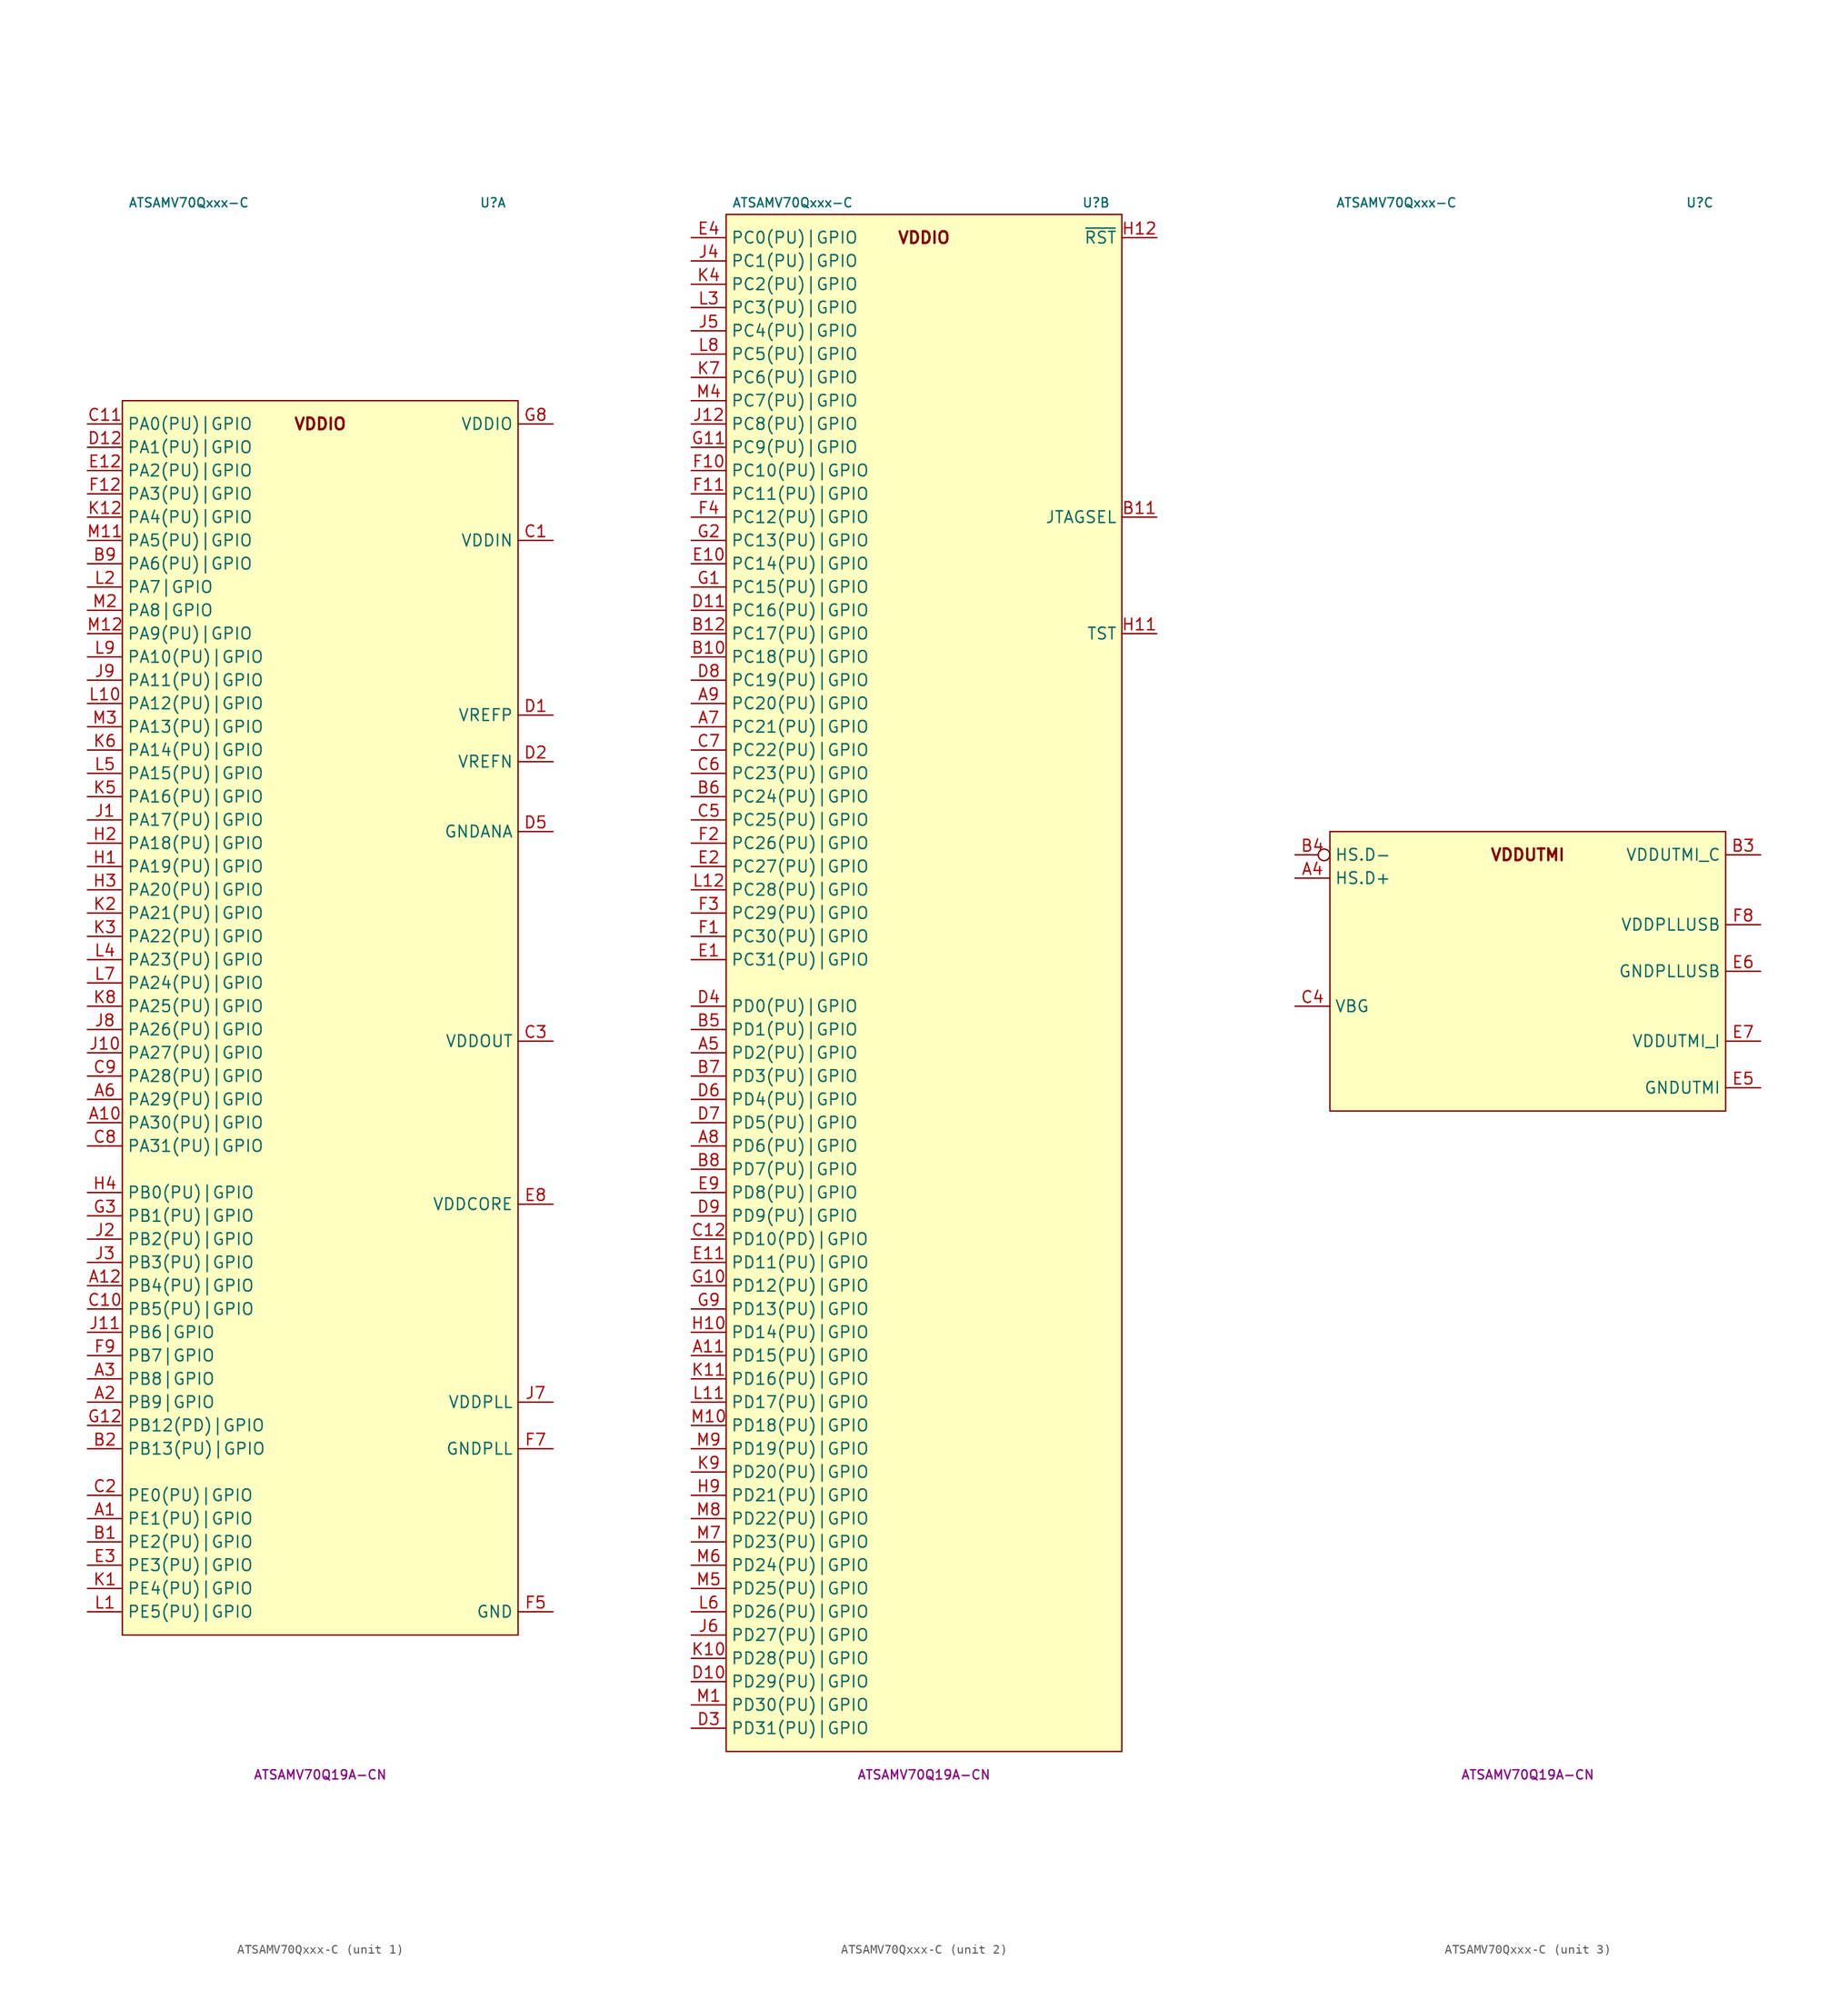
<source format=kicad_sym>
(kicad_symbol_lib
  (version 20231120)
  (generator "kicad_symbol_editor")
  (generator_version "8.0")
  (symbol "ATSAMV70Qxxx-C"
    (property "Reference" "U"
      (at 20.32 85.09 0)
      (do_not_autoplace)
      (effects (font (size 1 1)) (justify right)))
    (property "Value" "ATSAMV70Qxxx-C"
      (at -20.955 85.09 0)
      (do_not_autoplace)
      (effects (font (size 1 1)) (justify left)))
    (property "MPN" "ATSAMV70Q19A-CN"
      (at 0 -86.36 0)
      (do_not_autoplace)
      (effects (font (size 1 1))))
    (property "ki_locked" ""
      (at 0 0 0)
      (effects (font (size 1.27 1.27))))
    (symbol "ATSAMV70Qxxx-C_1_1"
      (rectangle (start -21.59 63.5) (end 21.59 -71.12) (stroke (width 0.152) (type default)) (fill (type background)))
      (text "VDDIO" (at 0 60.96 0) (effects (font (size 1.27 1.27) (bold yes))))
      (pin tri_state line (at -25.4 -58.42 0) (length 3.81) (name "PE1(PU)|GPIO" (effects (font (size 1.27 1.27)))) (number "A1" (effects (font (size 1.27 1.27)))) (alternate "PE1(PU)|A:EBI.D9" bidirectional line) (alternate "PE1(PU)|B:TC3.TIOB0" bidirectional line) (alternate "PE1(PU)|C:I2SC1.DO" output line))
      (pin tri_state line (at -25.4 -15.24 0) (length 3.81) (name "PA30(PU)|GPIO" (effects (font (size 1.27 1.27)))) (number "A10" (effects (font (size 1.27 1.27)))) (alternate "PA30(PU)|A:PWMC0.L2" output line) (alternate "PA30(PU)|ALT:WKUP11" input line) (alternate "PA30(PU)|B:PWMC1.EXTRG0" input line) (alternate "PA30(PU)|C:HSMCI.DA0" bidirectional line) (alternate "PA30(PU)|I2SC0.DO" output line))
      (pin tri_state line (at -25.4 -33.02 0) (length 3.81) (name "PB4(PU)|GPIO" (effects (font (size 1.27 1.27)))) (number "A12" (effects (font (size 1.27 1.27)))) (alternate "PB4(PU)|A:TW1.D" bidirectional line) (alternate "PB4(PU)|ALT:TDI" input line) (alternate "PB4(PU)|B:PWMC0.H2" output line) (alternate "PB4(PU)|C:MLB.CLK" input clock) (alternate "PB4(PU)|D:USART1.MO/SO" output line) (alternate "PB4(PU)|D:USART1.TXD" output line))
      (pin tri_state line (at -25.4 -45.72 0) (length 3.81) (name "PB9|GPIO" (effects (font (size 1.27 1.27)))) (number "A2" (effects (font (size 1.27 1.27)))) (alternate "PB9|XIN" input clock))
      (pin tri_state line (at -25.4 -43.18 0) (length 3.81) (name "PB8|GPIO" (effects (font (size 1.27 1.27)))) (number "A3" (effects (font (size 1.27 1.27)))) (alternate "PB8|XOUT" output clock))
      (pin tri_state line (at -25.4 -12.7 0) (length 3.81) (name "PA29(PU)|GPIO" (effects (font (size 1.27 1.27)))) (number "A6" (effects (font (size 1.27 1.27)))) (alternate "PA29(PU)|A:USART1.~{RI}" input inverted) (alternate "PA29(PU)|B:TC0.TCLK2" input clock))
      (pin tri_state line (at -25.4 -60.96 0) (length 3.81) (name "PE2(PU)|GPIO" (effects (font (size 1.27 1.27)))) (number "B1" (effects (font (size 1.27 1.27)))) (alternate "PE2(PU)|A:EBI.D10" bidirectional line) (alternate "PE2(PU)|B:TC3.TCLK0" input clock) (alternate "PE2(PU)|C:I2SC1.DI" input line))
      (pin tri_state line (at -25.4 -50.8 0) (length 3.81) (name "PB13(PU)|GPIO" (effects (font (size 1.27 1.27)))) (number "B2" (effects (font (size 1.27 1.27)))) (alternate "PB13(PU)|A:PWMC0.L2" output line) (alternate "PB13(PU)|ALT:DAC0" output line) (alternate "PB13(PU)|B:PCK0" output clock) (alternate "PB13(PU)|C:USART0.SCK" bidirectional clock))
      (pin tri_state line (at -25.4 45.72 0) (length 3.81) (name "PA6(PU)|GPIO" (effects (font (size 1.27 1.27)))) (number "B9" (effects (font (size 1.27 1.27)))) (alternate "PA6(PU)|B:PCK0" output clock) (alternate "PA6(PU)|C:UART1.TXD" output line))
      (pin power_in line (at 25.4 48.26 180) (length 3.81) (name "VDDIN" (effects (font (size 1.27 1.27)))) (number "C1" (effects (font (size 1.27 1.27)))))
      (pin tri_state line (at -25.4 -35.56 0) (length 3.81) (name "PB5(PU)|GPIO" (effects (font (size 1.27 1.27)))) (number "C10" (effects (font (size 1.27 1.27)))) (alternate "PB5(PU)|A:TW1.CK" bidirectional clock) (alternate "PB5(PU)|ALT:SWO" output line) (alternate "PB5(PU)|ALT:TDO" output line) (alternate "PB5(PU)|ALT:WKUP13" input line) (alternate "PB5(PU)|B:PWMC0.L0" output line) (alternate "PB5(PU)|C:MLB.DAT" bidirectional line) (alternate "PB5(PU)|D:SSC.TD" output line))
      (pin tri_state line (at -25.4 60.96 0) (length 3.81) (name "PA0(PU)|GPIO" (effects (font (size 1.27 1.27)))) (number "C11" (effects (font (size 1.27 1.27)))) (alternate "PA0(PU)|A:PWMC0.H0" output line) (alternate "PA0(PU)|ALT:WKUP0" input line) (alternate "PA0(PU)|B:TC0.TIOA0" bidirectional line) (alternate "PA0(PU)|C:EBI.A17" output line) (alternate "PA0(PU)|D:I2SC0.MCK" output clock))
      (pin tri_state line (at -25.4 -55.88 0) (length 3.81) (name "PE0(PU)|GPIO" (effects (font (size 1.27 1.27)))) (number "C2" (effects (font (size 1.27 1.27)))) (alternate "PE0(PU)|A:EBI.D8" bidirectional line) (alternate "PE0(PU)|ALT:AFE1.AD11" input line) (alternate "PE0(PU)|B:TC3.TIOA0" bidirectional line) (alternate "PE0(PU)|C:I2SC1.WS" bidirectional clock))
      (pin power_out line (at 25.4 -6.35 180) (length 3.81) (name "VDDOUT" (effects (font (size 1.27 1.27)))) (number "C3" (effects (font (size 1.27 1.27)))))
      (pin tri_state line (at -25.4 -17.78 0) (length 3.81) (name "PA31(PU)|GPIO" (effects (font (size 1.27 1.27)))) (number "C8" (effects (font (size 1.27 1.27)))) (alternate "PA31(PU)|A:SPI0.~{PCS1}" output inverted) (alternate "PA31(PU)|B:PCK2" output clock) (alternate "PA31(PU)|C:HSMCI.DA1" bidirectional line) (alternate "PA31(PU)|D:PWMC1.H2" output line))
      (pin tri_state line (at -25.4 -10.16 0) (length 3.81) (name "PA28(PU)|GPIO" (effects (font (size 1.27 1.27)))) (number "C9" (effects (font (size 1.27 1.27)))) (alternate "PA28(PU)|A:USART1.~{DSR}" input inverted) (alternate "PA28(PU)|B:TC0.TCLK1" input clock) (alternate "PA28(PU)|C:HSMCI.CMD" bidirectional line) (alternate "PA28(PU)|D:PWMC1.FL2" input line))
      (pin passive line (at 25.4 29.21 180) (length 3.81) (name "VREFP" (effects (font (size 1.27 1.27)))) (number "D1" (effects (font (size 1.27 1.27)))))
      (pin tri_state line (at -25.4 58.42 0) (length 3.81) (name "PA1(PU)|GPIO" (effects (font (size 1.27 1.27)))) (number "D12" (effects (font (size 1.27 1.27)))) (alternate "PA1(PU)|A:PWMC0.L0" output line) (alternate "PA1(PU)|ALT:WKUP1" input line) (alternate "PA1(PU)|B:TC0.TIOB0" bidirectional line) (alternate "PA1(PU)|C:EBI.A18" output line) (alternate "PA1(PU)|D:I2SC0.CK" bidirectional clock))
      (pin passive line (at 25.4 24.13 180) (length 3.81) (name "VREFN" (effects (font (size 1.27 1.27)))) (number "D2" (effects (font (size 1.27 1.27)))))
      (pin power_in line (at 25.4 16.51 180) (length 3.81) (name "GNDANA" (effects (font (size 1.27 1.27)))) (number "D5" (effects (font (size 1.27 1.27)))))
      (pin tri_state line (at -25.4 55.88 0) (length 3.81) (name "PA2(PU)|GPIO" (effects (font (size 1.27 1.27)))) (number "E12" (effects (font (size 1.27 1.27)))) (alternate "PA2(PU)|A:PWMC0.H1" output line) (alternate "PA2(PU)|ALT:WKUP2" input line) (alternate "PA2(PU)|C:DAC.DATRG" input line))
      (pin tri_state line (at -25.4 -63.5 0) (length 3.81) (name "PE3(PU)|GPIO" (effects (font (size 1.27 1.27)))) (number "E3" (effects (font (size 1.27 1.27)))) (alternate "PE3(PU)|A:EBI.D11" bidirectional line) (alternate "PE3(PU)|ALT:AFE1.AD10" input line) (alternate "PE3(PU)|B:TC3.TIOA1" bidirectional line))
      (pin power_in line (at 25.4 -24.13 180) (length 3.81) (name "VDDCORE" (effects (font (size 1.27 1.27)))) (number "E8" (effects (font (size 1.27 1.27)))))
      (pin tri_state line (at -25.4 53.34 0) (length 3.81) (name "PA3(PU)|GPIO" (effects (font (size 1.27 1.27)))) (number "F12" (effects (font (size 1.27 1.27)))) (alternate "PA3(PU)|A:TW0.D" bidirectional line) (alternate "PA3(PU)|ALT:PIODC0" input line) (alternate "PA3(PU)|B:USART1.~{LONCOL}" input inverted) (alternate "PA3(PU)|C:PCK2" output clock))
      (pin power_in line (at 25.4 -68.58 180) (length 3.81) (name "GND" (effects (font (size 1.27 1.27)))) (number "F5" (effects (font (size 1.27 1.27)))))
      (pin passive line (at 25.4 -68.58 180) (length 3.81) hide (name "GND" (effects (font (size 1.27 1.27)))) (number "F6" (effects (font (size 1.27 1.27)))))
      (pin power_in line (at 25.4 -50.8 180) (length 3.81) (name "GNDPLL" (effects (font (size 1.27 1.27)))) (number "F7" (effects (font (size 1.27 1.27)))))
      (pin tri_state line (at -25.4 -40.64 0) (length 3.81) (name "PB7|GPIO" (effects (font (size 1.27 1.27)))) (number "F9" (effects (font (size 1.27 1.27)))) (alternate "PB7|ALT:SWCLK" input clock) (alternate "PB7|ALT:TCK" input clock))
      (pin tri_state line (at -25.4 -48.26 0) (length 3.81) (name "PB12(PD)|GPIO" (effects (font (size 1.27 1.27)))) (number "G12" (effects (font (size 1.27 1.27)))) (alternate "PB12(PD)|A:PWMC0.L1" output line) (alternate "PB12(PD)|ALT:ERASE" input line) (alternate "PB12(PD)|D:PCK0" output clock))
      (pin tri_state line (at -25.4 -25.4 0) (length 3.81) (name "PB1(PU)|GPIO" (effects (font (size 1.27 1.27)))) (number "G3" (effects (font (size 1.27 1.27)))) (alternate "PB1(PU)|A:PWMC0.H1" output line) (alternate "PB1(PU)|ALT.RTCOUT1" output line) (alternate "PB1(PU)|ALT:AFE1.AD0" input line) (alternate "PB1(PU)|C:USART0.MO/SO" output line) (alternate "PB1(PU)|C:USART0.TXD" output line) (alternate "PB1(PU)|D:SSC.TK" output clock))
      (pin passive line (at 25.4 -68.58 180) (length 3.81) hide (name "GND" (effects (font (size 1.27 1.27)))) (number "G4" (effects (font (size 1.27 1.27)))))
      (pin passive line (at 25.4 -68.58 180) (length 3.81) hide (name "GND" (effects (font (size 1.27 1.27)))) (number "G5" (effects (font (size 1.27 1.27)))))
      (pin passive line (at 25.4 -68.58 180) (length 3.81) hide (name "GND" (effects (font (size 1.27 1.27)))) (number "G6" (effects (font (size 1.27 1.27)))))
      (pin passive line (at 25.4 -68.58 180) (length 3.81) hide (name "GND" (effects (font (size 1.27 1.27)))) (number "G7" (effects (font (size 1.27 1.27)))))
      (pin power_in line (at 25.4 60.96 180) (length 3.81) (name "VDDIO" (effects (font (size 1.27 1.27)))) (number "G8" (effects (font (size 1.27 1.27)))))
      (pin tri_state line (at -25.4 12.7 0) (length 3.81) (name "PA19(PU)|GPIO" (effects (font (size 1.27 1.27)))) (number "H1" (effects (font (size 1.27 1.27)))) (alternate "PA19(PU)|ALT:AFE0.AD8" input line) (alternate "PA19(PU)|ALT:WKUP9" input line) (alternate "PA19(PU)|B:PWMC0.L0" output line) (alternate "PA19(PU)|C:EBI.A15" output line) (alternate "PA19(PU)|D:I2SC1.MCK" output clock))
      (pin tri_state line (at -25.4 15.24 0) (length 3.81) (name "PA18(PU)|GPIO" (effects (font (size 1.27 1.27)))) (number "H2" (effects (font (size 1.27 1.27)))) (alternate "PA18(PU)|A:PWMC1.EXTRG1" input line) (alternate "PA18(PU)|ALT:AFE0.AD7" input line) (alternate "PA18(PU)|B:PCK2" output clock) (alternate "PA18(PU)|C:EBI.A14" output line))
      (pin tri_state line (at -25.4 10.16 0) (length 3.81) (name "PA20(PU)|GPIO" (effects (font (size 1.27 1.27)))) (number "H3" (effects (font (size 1.27 1.27)))) (alternate "PA20(PU)|ALT:AFE0.AD9" input line) (alternate "PA20(PU)|ALT:WKUP10" input line) (alternate "PA20(PU)|B:PWMC0.L1" output line) (alternate "PA20(PU)|C:EBI.A16" output line) (alternate "PA20(PU)|D:I2SC1.CK" bidirectional clock))
      (pin tri_state line (at -25.4 -22.86 0) (length 3.81) (name "PB0(PU)|GPIO" (effects (font (size 1.27 1.27)))) (number "H4" (effects (font (size 1.27 1.27)))) (alternate "PB0(PU)|A:PWMC0.H0" output line) (alternate "PB0(PU)|ALT:AFE0.AD10" input line) (alternate "PB0(PU)|ALT:RTCOUT0" output line) (alternate "PB0(PU)|C:USART0.MI/SI" input line) (alternate "PB0(PU)|C:USART0.RXD" input line) (alternate "PB0(PU)|D:SSC.TF" output clock))
      (pin passive line (at 25.4 -24.13 180) (length 3.81) hide (name "VDDCORE" (effects (font (size 1.27 1.27)))) (number "H5" (effects (font (size 1.27 1.27)))))
      (pin passive line (at 25.4 60.96 180) (length 3.81) hide (name "VDDIO" (effects (font (size 1.27 1.27)))) (number "H6" (effects (font (size 1.27 1.27)))))
      (pin passive line (at 25.4 60.96 180) (length 3.81) hide (name "VDDIO" (effects (font (size 1.27 1.27)))) (number "H7" (effects (font (size 1.27 1.27)))))
      (pin passive line (at 25.4 -24.13 180) (length 3.81) hide (name "VDDCORE" (effects (font (size 1.27 1.27)))) (number "H8" (effects (font (size 1.27 1.27)))))
      (pin tri_state line (at -25.4 17.78 0) (length 3.81) (name "PA17(PU)|GPIO" (effects (font (size 1.27 1.27)))) (number "J1" (effects (font (size 1.27 1.27)))) (alternate "PA17(PU)|A:QSPI.IO2" bidirectional line) (alternate "PA17(PU)|ALT:AFE0.AD6" input line) (alternate "PA17(PU)|B:PCK1" output clock) (alternate "PA17(PU)|C:PWMC0.H3" output line))
      (pin tri_state line (at -25.4 -7.62 0) (length 3.81) (name "PA27(PU)|GPIO" (effects (font (size 1.27 1.27)))) (number "J10" (effects (font (size 1.27 1.27)))) (alternate "PA27(PU)|A:USART1.~{DTR}" output inverted) (alternate "PA27(PU)|B:TC0.TIOB2" bidirectional line) (alternate "PA27(PU)|C:HSMCI.DA3" bidirectional line) (alternate "PA27(PU)|D:ISI.D7" input line))
      (pin tri_state line (at -25.4 -38.1 0) (length 3.81) (name "PB6|GPIO" (effects (font (size 1.27 1.27)))) (number "J11" (effects (font (size 1.27 1.27)))) (alternate "PB6|ALT:SWDIO" bidirectional line) (alternate "PB6|ALT:TMS" input line))
      (pin tri_state line (at -25.4 -27.94 0) (length 3.81) (name "PB2(PU)|GPIO" (effects (font (size 1.27 1.27)))) (number "J2" (effects (font (size 1.27 1.27)))) (alternate "PB2(PU)|A:CAN0.TX" output line) (alternate "PB2(PU)|ALT:AFE0.AD5" input line) (alternate "PB2(PU)|C:USART0.~{CTS}" input inverted) (alternate "PB2(PU)|D:SPI0.~{PCS0}" bidirectional inverted))
      (pin tri_state line (at -25.4 -30.48 0) (length 3.81) (name "PB3(PU)|GPIO" (effects (font (size 1.27 1.27)))) (number "J3" (effects (font (size 1.27 1.27)))) (alternate "PB3(PU)|A:CAN0.RX" input line) (alternate "PB3(PU)|ALT:AFE0.AD2" input line) (alternate "PB3(PU)|ALT:WKUP12" input line) (alternate "PB3(PU)|B:PCK2" output clock) (alternate "PB3(PU)|C:USART0.~{RTS}" output inverted) (alternate "PB3(PU)|D:ISI.D2" input line))
      (pin power_in line (at 25.4 -45.72 180) (length 3.81) (name "VDDPLL" (effects (font (size 1.27 1.27)))) (number "J7" (effects (font (size 1.27 1.27)))))
      (pin tri_state line (at -25.4 -5.08 0) (length 3.81) (name "PA26(PU)|GPIO" (effects (font (size 1.27 1.27)))) (number "J8" (effects (font (size 1.27 1.27)))) (alternate "PA26(PU)|A:USART1.~{DCD}" input inverted) (alternate "PA26(PU)|B:TC0.TIOA2" bidirectional line) (alternate "PA26(PU)|C:HSMCI.DA2" bidirectional line) (alternate "PA26(PU)|D:PWMC1.FL1" input line))
      (pin tri_state line (at -25.4 33.02 0) (length 3.81) (name "PA11(PU)|GPIO" (effects (font (size 1.27 1.27)))) (number "J9" (effects (font (size 1.27 1.27)))) (alternate "PA11(PU)|A:QSPI.~{CS}" output inverted) (alternate "PA11(PU)|ALT:PIODC5" input line) (alternate "PA11(PU)|ALT:WKUP7" input line) (alternate "PA11(PU)|B:PWMC0.H0" output line) (alternate "PA11(PU)|C:PWMC1.L0" output line))
      (pin tri_state line (at -25.4 -66.04 0) (length 3.81) (name "PE4(PU)|GPIO" (effects (font (size 1.27 1.27)))) (number "K1" (effects (font (size 1.27 1.27)))) (alternate "PE4(PU)|A:EBI.D12" bidirectional line) (alternate "PE4(PU)|ALT:AFE0.AD4" input line) (alternate "PE4(PU)|B:TC3.TIOB1" bidirectional line))
      (pin tri_state line (at -25.4 50.8 0) (length 3.81) (name "PA4(PU)|GPIO" (effects (font (size 1.27 1.27)))) (number "K12" (effects (font (size 1.27 1.27)))) (alternate "PA4(PU)|A:TW0.CK" bidirectional clock) (alternate "PA4(PU)|ALT:PIODC1" input line) (alternate "PA4(PU)|ALT:WKUP3" input line) (alternate "PA4(PU)|B:TC0.TCLK0" input clock) (alternate "PA4(PU)|C:UART1.TXD" output line))
      (pin tri_state line (at -25.4 7.62 0) (length 3.81) (name "PA21(PU)|GPIO" (effects (font (size 1.27 1.27)))) (number "K2" (effects (font (size 1.27 1.27)))) (alternate "PA21(PU)|A:USART1.MI/SI" input line) (alternate "PA21(PU)|A:USART1.RXD" input line) (alternate "PA21(PU)|ALT:AFE0.AD1" input line) (alternate "PA21(PU)|ALT:PIODCEN2" input line) (alternate "PA21(PU)|B:PCK1" output clock) (alternate "PA21(PU)|C:PWMC1.FL0" input line))
      (pin tri_state line (at -25.4 5.08 0) (length 3.81) (name "PA22(PU)|GPIO" (effects (font (size 1.27 1.27)))) (number "K3" (effects (font (size 1.27 1.27)))) (alternate "PA22(PU)|A:SSC.RK" input clock) (alternate "PA22(PU)|ALT:PIODCCLK" input clock) (alternate "PA22(PU)|B:PWMC0.EXTRG1" input line) (alternate "PA22(PU)|C:EBI.~{CS2}" output inverted))
      (pin tri_state line (at -25.4 20.32 0) (length 3.81) (name "PA16(PU)|GPIO" (effects (font (size 1.27 1.27)))) (number "K5" (effects (font (size 1.27 1.27)))) (alternate "PA16(PU)|A:EBI.D15" bidirectional line) (alternate "PA16(PU)|B:TC0.TIOB1" bidirectional line) (alternate "PA16(PU)|C:PWMC0.L2" output line) (alternate "PA16(PU)|D:I2SC0.DI" input line))
      (pin tri_state line (at -25.4 25.4 0) (length 3.81) (name "PA14(PU)|GPIO" (effects (font (size 1.27 1.27)))) (number "K6" (effects (font (size 1.27 1.27)))) (alternate "PA14(PU)|A:QSPI.SCK" output clock) (alternate "PA14(PU)|ALT:PIODCEN1" input line) (alternate "PA14(PU)|ALT:WKUP8" input line) (alternate "PA14(PU)|B:PWMC0.H3" output line) (alternate "PA14(PU)|C:PWMC1.H1" output line))
      (pin tri_state line (at -25.4 -2.54 0) (length 3.81) (name "PA25(PU)|GPIO" (effects (font (size 1.27 1.27)))) (number "K8" (effects (font (size 1.27 1.27)))) (alternate "PA25(PU)|A:USART1.~{CTS}" input inverted) (alternate "PA25(PU)|B:PWMC0.H2" output line) (alternate "PA25(PU)|C:EBI.A23" output line) (alternate "PA25(PU)|D:HSMCI.CK" output clock))
      (pin tri_state line (at -25.4 -68.58 0) (length 3.81) (name "PE5(PU)|GPIO" (effects (font (size 1.27 1.27)))) (number "L1" (effects (font (size 1.27 1.27)))) (alternate "PE5(PU)|A:EBI.D13" bidirectional line) (alternate "PE5(PU)|ALT:AFE0.AD3" input line) (alternate "PE5(PU)|B:TC3.TCLK1" input clock))
      (pin tri_state line (at -25.4 30.48 0) (length 3.81) (name "PA12(PU)|GPIO" (effects (font (size 1.27 1.27)))) (number "L10" (effects (font (size 1.27 1.27)))) (alternate "PA12(PU)|A:QSPI.IO1" bidirectional line) (alternate "PA12(PU)|ALT:PIODC6" input line) (alternate "PA12(PU)|B:PWMC0.H1" output line) (alternate "PA12(PU)|C:PWMC1.H0" output line))
      (pin tri_state line (at -25.4 43.18 0) (length 3.81) (name "PA7|GPIO" (effects (font (size 1.27 1.27)))) (number "L2" (effects (font (size 1.27 1.27)))) (alternate "PA7|ALT:XIN32" input clock) (alternate "PA7|B:PWMC0.H3" output line))
      (pin tri_state line (at -25.4 2.54 0) (length 3.81) (name "PA23(PU)|GPIO" (effects (font (size 1.27 1.27)))) (number "L4" (effects (font (size 1.27 1.27)))) (alternate "PA23(PU)|A:USART1.SCK" bidirectional clock) (alternate "PA23(PU)|B:PWMC0.H0" output line) (alternate "PA23(PU)|C:EBI.A19" output line) (alternate "PA23(PU)|D:PWMC1.L2" output line))
      (pin tri_state line (at -25.4 22.86 0) (length 3.81) (name "PA15(PU)|GPIO" (effects (font (size 1.27 1.27)))) (number "L5" (effects (font (size 1.27 1.27)))) (alternate "PA15(PU)|A:EBI.D14" bidirectional line) (alternate "PA15(PU)|B:TC0.TIOA1" bidirectional line) (alternate "PA15(PU)|C:PWMC0.L3" output line) (alternate "PA15(PU)|D:I2SC0.WS" bidirectional clock))
      (pin tri_state line (at -25.4 0 0) (length 3.81) (name "PA24(PU)|GPIO" (effects (font (size 1.27 1.27)))) (number "L7" (effects (font (size 1.27 1.27)))) (alternate "PA24(PU)|A:USART1.~{RTS}" output inverted) (alternate "PA24(PU)|B:PWMC0.H1" output line) (alternate "PA24(PU)|C:EBI.A20" output line) (alternate "PA24(PU)|D:ISI.PCK" input clock))
      (pin tri_state line (at -25.4 35.56 0) (length 3.81) (name "PA10(PU)|GPIO" (effects (font (size 1.27 1.27)))) (number "L9" (effects (font (size 1.27 1.27)))) (alternate "PA10(PU)|A:UART0.TXD" output line) (alternate "PA10(PU)|ALT:PIODC4" input line) (alternate "PA10(PU)|B:PWMC0.EXTRG0" input line) (alternate "PA10(PU)|C:SSC.RD" input line))
      (pin tri_state line (at -25.4 48.26 0) (length 3.81) (name "PA5(PU)|GPIO" (effects (font (size 1.27 1.27)))) (number "M11" (effects (font (size 1.27 1.27)))) (alternate "PA5(PU)|A:PWMC1.L3" output line) (alternate "PA5(PU)|ALT:PIODC2" input line) (alternate "PA5(PU)|ALT:WKUP4" input line) (alternate "PA5(PU)|B:ISI.D4" input line) (alternate "PA5(PU)|C:UART1.RXD" input line))
      (pin tri_state line (at -25.4 38.1 0) (length 3.81) (name "PA9(PU)|GPIO" (effects (font (size 1.27 1.27)))) (number "M12" (effects (font (size 1.27 1.27)))) (alternate "PA9(PU)|A:UART0.RXD" input line) (alternate "PA9(PU)|ALT:PIODC3" input line) (alternate "PA9(PU)|ALT:WKUP6" input line) (alternate "PA9(PU)|B:ISI.D3" input line) (alternate "PA9(PU)|C:PWMC0.FL0" input line))
      (pin tri_state line (at -25.4 40.64 0) (length 3.81) (name "PA8|GPIO" (effects (font (size 1.27 1.27)))) (number "M2" (effects (font (size 1.27 1.27)))) (alternate "PA8|A:PWMC1.H3" output line) (alternate "PA8|ALT:XOUT32" output clock) (alternate "PA8|B:AFE0.ADTRG" input line))
      (pin tri_state line (at -25.4 27.94 0) (length 3.81) (name "PA13(PU)|GPIO" (effects (font (size 1.27 1.27)))) (number "M3" (effects (font (size 1.27 1.27)))) (alternate "PA13(PU)|A:QSPI.IO0" bidirectional line) (alternate "PA13(PU)|ALT:PIODC7" input line) (alternate "PA13(PU)|B:PWMC0.H2" output line) (alternate "PA13(PU)|C:PWMC1.L1" output line)))
    (symbol "ATSAMV70Qxxx-C_2_1"
      (rectangle (start -21.59 83.82) (end 21.59 -83.82) (stroke (width 0.152) (type default)) (fill (type background)))
      (text "VDDIO" (at 0 81.28 0) (effects (font (size 1.27 1.27) (bold yes))))
      (pin tri_state line (at -25.4 -40.64 0) (length 3.81) (name "PD15(PU)|GPIO" (effects (font (size 1.27 1.27)))) (number "A11" (effects (font (size 1.27 1.27)))) (alternate "PD15(PU)|B:USART2.MI/SI" input line) (alternate "PD15(PU)|B:USART2.RXD" input line) (alternate "PD15(PU)|C:EBI.~{BS1}" output inverted) (alternate "PD15(PU)|C:EBI.~{WR1}" output inverted))
      (pin tri_state line (at -25.4 -7.62 0) (length 3.81) (name "PD2(PU)|GPIO" (effects (font (size 1.27 1.27)))) (number "A5" (effects (font (size 1.27 1.27)))) (alternate "PD2(PU)|B:PWMC1.L1" output line) (alternate "PD2(PU)|C:SPI1.~{PCS3}" output inverted) (alternate "PD2(PU)|D:USART0.~{DSR}" input inverted))
      (pin tri_state line (at -25.4 27.94 0) (length 3.81) (name "PC21(PU)|GPIO" (effects (font (size 1.27 1.27)))) (number "A7" (effects (font (size 1.27 1.27)))) (alternate "PC21(PU)|A:EBI.A3" output line) (alternate "PC21(PU)|B:PWMC0.H3" output line))
      (pin tri_state line (at -25.4 -17.78 0) (length 3.81) (name "PD6(PU)|GPIO" (effects (font (size 1.27 1.27)))) (number "A8" (effects (font (size 1.27 1.27)))) (alternate "PD6(PU)|B:PWMC1.L3" output line) (alternate "PD6(PU)|C:TRACE.D2" bidirectional line) (alternate "PD6(PU)|D:USART2.~{DSR}" input inverted))
      (pin tri_state line (at -25.4 30.48 0) (length 3.81) (name "PC20(PU)|GPIO" (effects (font (size 1.27 1.27)))) (number "A9" (effects (font (size 1.27 1.27)))) (alternate "PC20(PU)|A:EBI.A2" output line) (alternate "PC20(PU)|B:PWMC0.L2" output line))
      (pin tri_state line (at -25.4 35.56 0) (length 3.81) (name "PC18(PU)|GPIO" (effects (font (size 1.27 1.27)))) (number "B10" (effects (font (size 1.27 1.27)))) (alternate "PC18(PU)|A:EBI.A0" output line) (alternate "PC18(PU)|A:EBI.~{BS0}" output inverted) (alternate "PC18(PU)|B:PWMC0.L1" output line))
      (pin input line (at 25.4 50.8 180) (length 3.81) (name "JTAGSEL" (effects (font (size 1.27 1.27)))) (number "B11" (effects (font (size 1.27 1.27)))))
      (pin tri_state line (at -25.4 38.1 0) (length 3.81) (name "PC17(PU)|GPIO" (effects (font (size 1.27 1.27)))) (number "B12" (effects (font (size 1.27 1.27)))) (alternate "PC17(PU)|A:EBI.A22" output line) (alternate "PC17(PU)|A:EBI.~{NANDCLE}" output inverted))
      (pin tri_state line (at -25.4 -5.08 0) (length 3.81) (name "PD1(PU)|GPIO" (effects (font (size 1.27 1.27)))) (number "B5" (effects (font (size 1.27 1.27)))) (alternate "PD1(PU)|B:PWMC1.H0" output line) (alternate "PD1(PU)|C:SPI1.~{PCS2}" output inverted) (alternate "PD1(PU)|D:USART0.~{DTR}" output inverted))
      (pin tri_state line (at -25.4 20.32 0) (length 3.81) (name "PC24(PU)|GPIO" (effects (font (size 1.27 1.27)))) (number "B6" (effects (font (size 1.27 1.27)))) (alternate "PC24(PU)|A:EBI.A6" output line) (alternate "PC24(PU)|B:TC1.TIOB0" bidirectional line) (alternate "PC24(PU)|C:SPI1.SPCK" bidirectional clock))
      (pin tri_state line (at -25.4 -10.16 0) (length 3.81) (name "PD3(PU)|GPIO" (effects (font (size 1.27 1.27)))) (number "B7" (effects (font (size 1.27 1.27)))) (alternate "PD3(PU)|B:PWMC1.H1" output line) (alternate "PD3(PU)|C:UART4.TXD" output line) (alternate "PD3(PU)|D:USART0.~{RI}" input inverted))
      (pin tri_state line (at -25.4 -20.32 0) (length 3.81) (name "PD7(PU)|GPIO" (effects (font (size 1.27 1.27)))) (number "B8" (effects (font (size 1.27 1.27)))) (alternate "PD7(PU)|B:PWMC1.H3" output line) (alternate "PD7(PU)|C:TRACE.D3" bidirectional line) (alternate "PD7(PU)|D:USART2.~{RI}" input inverted))
      (pin tri_state line (at -25.4 -27.94 0) (length 3.81) (name "PD10(PD)|GPIO" (effects (font (size 1.27 1.27)))) (number "C12" (effects (font (size 1.27 1.27)))) (alternate "PD10(PD)|B:PWMC0.L0" output line) (alternate "PD10(PD)|C:SSC.TD" output line) (alternate "PD10(PD)|D:MLB.SIG" bidirectional line))
      (pin tri_state line (at -25.4 17.78 0) (length 3.81) (name "PC25(PU)|GPIO" (effects (font (size 1.27 1.27)))) (number "C5" (effects (font (size 1.27 1.27)))) (alternate "PC25(PU)|A:EBI.A7" output line) (alternate "PC25(PU)|B:TC1.TCLK0" input clock) (alternate "PC25(PU)|C:SPI1.~{PCS0}" bidirectional inverted))
      (pin tri_state line (at -25.4 22.86 0) (length 3.81) (name "PC23(PU)|GPIO" (effects (font (size 1.27 1.27)))) (number "C6" (effects (font (size 1.27 1.27)))) (alternate "PC23(PU)|A:EBI.A5" output line) (alternate "PC23(PU)|B:TC1.TIOA0" bidirectional line))
      (pin tri_state line (at -25.4 25.4 0) (length 3.81) (name "PC22(PU)|GPIO" (effects (font (size 1.27 1.27)))) (number "C7" (effects (font (size 1.27 1.27)))) (alternate "PC22(PU)|A:EBI.A4" output line) (alternate "PC22(PU)|B:PWMC0.L3" output line))
      (pin tri_state line (at -25.4 -76.2 0) (length 3.81) (name "PD29(PU)|GPIO" (effects (font (size 1.27 1.27)))) (number "D10" (effects (font (size 1.27 1.27)))))
      (pin tri_state line (at -25.4 40.64 0) (length 3.81) (name "PC16(PU)|GPIO" (effects (font (size 1.27 1.27)))) (number "D11" (effects (font (size 1.27 1.27)))) (alternate "PC16(PU)|A:EBI.A21" output line) (alternate "PC16(PU)|A:EBI.~{NANDALE}" output inverted))
      (pin tri_state line (at -25.4 -81.28 0) (length 3.81) (name "PD31(PU)|GPIO" (effects (font (size 1.27 1.27)))) (number "D3" (effects (font (size 1.27 1.27)))) (alternate "PD31(PU)|A:QSPI.IO3" bidirectional line) (alternate "PD31(PU)|B:UART3.TXD" output line) (alternate "PD31(PU)|C:PCK2" output clock) (alternate "PD31(PU)|D:ISI.D11" input line))
      (pin tri_state line (at -25.4 -2.54 0) (length 3.81) (name "PD0(PU)|GPIO" (effects (font (size 1.27 1.27)))) (number "D4" (effects (font (size 1.27 1.27)))) (alternate "PD0(PU)|ALT:DAC1" output line) (alternate "PD0(PU)|B:PWMC1.L0" output line) (alternate "PD0(PU)|D:USART0.~{DCD}" input inverted))
      (pin tri_state line (at -25.4 -12.7 0) (length 3.81) (name "PD4(PU)|GPIO" (effects (font (size 1.27 1.27)))) (number "D6" (effects (font (size 1.27 1.27)))) (alternate "PD4(PU)|B:PWMC1.L2" output line) (alternate "PD4(PU)|C:TRACE.D0" bidirectional line) (alternate "PD4(PU)|D:USART2.~{DCD}" input inverted))
      (pin tri_state line (at -25.4 -15.24 0) (length 3.81) (name "PD5(PU)|GPIO" (effects (font (size 1.27 1.27)))) (number "D7" (effects (font (size 1.27 1.27)))) (alternate "PD5(PU)|B:PWMC1.H2" output line) (alternate "PD5(PU)|C:TRACE.D1" output line) (alternate "PD5(PU)|D:USART2.~{DTR}" output inverted))
      (pin tri_state line (at -25.4 33.02 0) (length 3.81) (name "PC19(PU)|GPIO" (effects (font (size 1.27 1.27)))) (number "D8" (effects (font (size 1.27 1.27)))) (alternate "PC19(PU)|A:EBI.A1" output line) (alternate "PC19(PU)|B:PWMC0.H2" output line))
      (pin tri_state line (at -25.4 -25.4 0) (length 3.81) (name "PD9(PU)|GPIO" (effects (font (size 1.27 1.27)))) (number "D9" (effects (font (size 1.27 1.27)))) (alternate "PD9(PU)|B:PWMC0.FL2" input line) (alternate "PD9(PU)|C:AFE1.ADTRG" input line))
      (pin tri_state line (at -25.4 2.54 0) (length 3.81) (name "PC31(PU)|GPIO" (effects (font (size 1.27 1.27)))) (number "E1" (effects (font (size 1.27 1.27)))) (alternate "PC31(PU)|A:EBI.A13" output line) (alternate "PC31(PU)|ALT:AFE1.AD6" input line) (alternate "PC31(PU)|B:TC1.TCLK2" input clock))
      (pin tri_state line (at -25.4 45.72 0) (length 3.81) (name "PC14(PU)|GPIO" (effects (font (size 1.27 1.27)))) (number "E10" (effects (font (size 1.27 1.27)))) (alternate "PC14(PU)|A:EBI.~{CS0}" output inverted) (alternate "PC14(PU)|B:TC2.TCLK2" input clock) (alternate "PC14(PU)|C:CAN1.TX" output line))
      (pin tri_state line (at -25.4 -30.48 0) (length 3.81) (name "PD11(PU)|GPIO" (effects (font (size 1.27 1.27)))) (number "E11" (effects (font (size 1.27 1.27)))) (alternate "PD11(PU)|B:PWMC0.H0" output line) (alternate "PD11(PU)|D:ISI.D5" input line))
      (pin tri_state line (at -25.4 12.7 0) (length 3.81) (name "PC27(PU)|GPIO" (effects (font (size 1.27 1.27)))) (number "E2" (effects (font (size 1.27 1.27)))) (alternate "PC27(PU)|A:EBI.A9" output line) (alternate "PC27(PU)|ALT:AFE1.AD8" input line) (alternate "PC27(PU)|B:TC1.TIOB1" bidirectional line) (alternate "PC27(PU)|C:SPI1.MO" output line) (alternate "PC27(PU)|C:SPI1.SI" input line))
      (pin tri_state line (at -25.4 81.28 0) (length 3.81) (name "PC0(PU)|GPIO" (effects (font (size 1.27 1.27)))) (number "E4" (effects (font (size 1.27 1.27)))) (alternate "PC0(PU)|A:EBI.D0" bidirectional line) (alternate "PC0(PU)|ALT:AFE1.AD9" input line) (alternate "PC0(PU)|B:PWMC0.L0" output line))
      (pin tri_state line (at -25.4 -22.86 0) (length 3.81) (name "PD8(PU)|GPIO" (effects (font (size 1.27 1.27)))) (number "E9" (effects (font (size 1.27 1.27)))) (alternate "PD8(PU)|B:PWMC0.FL1" input line) (alternate "PD8(PU)|D:TRACE.CLK" output clock))
      (pin tri_state line (at -25.4 5.08 0) (length 3.81) (name "PC30(PU)|GPIO" (effects (font (size 1.27 1.27)))) (number "F1" (effects (font (size 1.27 1.27)))) (alternate "PC30(PU)|A:EBI.A12" output line) (alternate "PC30(PU)|ALT:AFE1.AD5" input line) (alternate "PC30(PU)|B:TC1.TIOB2" bidirectional line) (alternate "PC30(PU)|C:SPI1.~{PCS3}" output inverted))
      (pin tri_state line (at -25.4 55.88 0) (length 3.81) (name "PC10(PU)|GPIO" (effects (font (size 1.27 1.27)))) (number "F10" (effects (font (size 1.27 1.27)))) (alternate "PC10(PU)|A:EBI.~{NANDWE}" output inverted) (alternate "PC10(PU)|B:TC2.TCLK1" input clock))
      (pin tri_state line (at -25.4 53.34 0) (length 3.81) (name "PC11(PU)|GPIO" (effects (font (size 1.27 1.27)))) (number "F11" (effects (font (size 1.27 1.27)))) (alternate "PC11(PU)|A:EBI.~{RD}" output inverted) (alternate "PC11(PU)|B:TC2.TIOA2" bidirectional line))
      (pin tri_state line (at -25.4 15.24 0) (length 3.81) (name "PC26(PU)|GPIO" (effects (font (size 1.27 1.27)))) (number "F2" (effects (font (size 1.27 1.27)))) (alternate "PC26(PU)|A:EBI.A8" output line) (alternate "PC26(PU)|ALT:AFE1.AD7" input line) (alternate "PC26(PU)|B:TC1.TIOA1" bidirectional line) (alternate "PC26(PU)|C:SPI1.MI" input line) (alternate "PC26(PU)|C:SPI1.SO" output line))
      (pin tri_state line (at -25.4 7.62 0) (length 3.81) (name "PC29(PU)|GPIO" (effects (font (size 1.27 1.27)))) (number "F3" (effects (font (size 1.27 1.27)))) (alternate "PC29(PU)|A:EBI.A11" output line) (alternate "PC29(PU)|ALT:AFE1.AD4" input line) (alternate "PC29(PU)|B:TC1.TIOA2" bidirectional line) (alternate "PC29(PU)|C:SPI1.~{PCS2}" output line))
      (pin tri_state line (at -25.4 50.8 0) (length 3.81) (name "PC12(PU)|GPIO" (effects (font (size 1.27 1.27)))) (number "F4" (effects (font (size 1.27 1.27)))) (alternate "PC12(PU)|A:EBI.~{CS3}" output inverted) (alternate "PC12(PU)|ALT:AFE1.AD3" input line) (alternate "PC12(PU)|B:TC2.TIOB2" bidirectional line) (alternate "PC12(PU)|C:CAN1.RX" input line))
      (pin tri_state line (at -25.4 43.18 0) (length 3.81) (name "PC15(PU)|GPIO" (effects (font (size 1.27 1.27)))) (number "G1" (effects (font (size 1.27 1.27)))) (alternate "PC15(PU)|A:EBI.~{CS1}" output inverted) (alternate "PC15(PU)|ALT:AFE1.AD2" input line) (alternate "PC15(PU)|B:PWMC0.L3" output line))
      (pin tri_state line (at -25.4 -33.02 0) (length 3.81) (name "PD12(PU)|GPIO" (effects (font (size 1.27 1.27)))) (number "G10" (effects (font (size 1.27 1.27)))) (alternate "PD12(PU)|B:CAN1.TX" output line) (alternate "PD12(PU)|C:SPI0.~{PCS2}" output inverted) (alternate "PD12(PU)|D:ISI.D6" bidirectional line))
      (pin tri_state line (at -25.4 58.42 0) (length 3.81) (name "PC9(PU)|GPIO" (effects (font (size 1.27 1.27)))) (number "G11" (effects (font (size 1.27 1.27)))) (alternate "PC9(PU)|A:EBI.~{NANDOE}" output inverted))
      (pin tri_state line (at -25.4 48.26 0) (length 3.81) (name "PC13(PU)|GPIO" (effects (font (size 1.27 1.27)))) (number "G2" (effects (font (size 1.27 1.27)))) (alternate "PC13(PU)|A:EBI.~{WAIT}" input inverted) (alternate "PC13(PU)|ALT:AFE1.AD1" input line) (alternate "PC13(PU)|B:PWMC0.H3" output line))
      (pin tri_state line (at -25.4 -35.56 0) (length 3.81) (name "PD13(PU)|GPIO" (effects (font (size 1.27 1.27)))) (number "G9" (effects (font (size 1.27 1.27)))))
      (pin tri_state line (at -25.4 -38.1 0) (length 3.81) (name "PD14(PU)|GPIO" (effects (font (size 1.27 1.27)))) (number "H10" (effects (font (size 1.27 1.27)))))
      (pin input line (at 25.4 38.1 180) (length 3.81) (name "TST" (effects (font (size 1.27 1.27)))) (number "H11" (effects (font (size 1.27 1.27)))))
      (pin input line (at 25.4 81.28 180) (length 3.81) (name "~{RST}" (effects (font (size 1.27 1.27)))) (number "H12" (effects (font (size 1.27 1.27)))))
      (pin tri_state line (at -25.4 -55.88 0) (length 3.81) (name "PD21(PU)|GPIO" (effects (font (size 1.27 1.27)))) (number "H9" (effects (font (size 1.27 1.27)))) (alternate "PD21(PU)|A:PWMC0.H1" output line) (alternate "PD21(PU)|B:SPI0.MO" output line) (alternate "PD21(PU)|B:SPI0.SI" input line) (alternate "PD21(PU)|C:TC3.TIOA2" bidirectional line) (alternate "PD21(PU)|D:ISI.D1" input line))
      (pin tri_state line (at -25.4 60.96 0) (length 3.81) (name "PC8(PU)|GPIO" (effects (font (size 1.27 1.27)))) (number "J12" (effects (font (size 1.27 1.27)))) (alternate "PC8(PU)|A:EBI.~{WE}" output inverted) (alternate "PC8(PU)|A:EBI.~{WR0}" output inverted) (alternate "PC8(PU)|B:TC2.TIOA1" bidirectional line))
      (pin tri_state line (at -25.4 78.74 0) (length 3.81) (name "PC1(PU)|GPIO" (effects (font (size 1.27 1.27)))) (number "J4" (effects (font (size 1.27 1.27)))) (alternate "PC1(PU)|A:EBI.D1" bidirectional line) (alternate "PC1(PU)|B:PWMC0.L1" output line))
      (pin tri_state line (at -25.4 71.12 0) (length 3.81) (name "PC4(PU)|GPIO" (effects (font (size 1.27 1.27)))) (number "J5" (effects (font (size 1.27 1.27)))) (alternate "PC4(PU)|A:EBI.D4" bidirectional line))
      (pin tri_state line (at -25.4 -71.12 0) (length 3.81) (name "PD27(PU)|GPIO" (effects (font (size 1.27 1.27)))) (number "J6" (effects (font (size 1.27 1.27)))) (alternate "PD27(PU)|A:PWMC0.L3" output line) (alternate "PD27(PU)|B:SPI0.~{PCS3}" output inverted) (alternate "PD27(PU)|C:TW2.D" bidirectional line) (alternate "PD27(PU)|D:ISI.D8" input line))
      (pin tri_state line (at -25.4 -73.66 0) (length 3.81) (name "PD28(PU)|GPIO" (effects (font (size 1.27 1.27)))) (number "K10" (effects (font (size 1.27 1.27)))) (alternate "PD28(PU)|A:UART3.RXD" input line) (alternate "PD28(PU)|ALT:WKUP5" input line) (alternate "PD28(PU)|C:TW2.CK" bidirectional clock) (alternate "PD28(PU)|D:ISI.D9" input line))
      (pin tri_state line (at -25.4 -43.18 0) (length 3.81) (name "PD16(PU)|GPIO" (effects (font (size 1.27 1.27)))) (number "K11" (effects (font (size 1.27 1.27)))) (alternate "PD16(PU)|B:USART2.MO/SO" output line) (alternate "PD16(PU)|B:USART2.TXD" output line))
      (pin tri_state line (at -25.4 76.2 0) (length 3.81) (name "PC2(PU)|GPIO" (effects (font (size 1.27 1.27)))) (number "K4" (effects (font (size 1.27 1.27)))) (alternate "PC2(PU)|A:EBI.D2" bidirectional line) (alternate "PC2(PU)|B:PWMC0.L2" output line))
      (pin tri_state line (at -25.4 66.04 0) (length 3.81) (name "PC6(PU)|GPIO" (effects (font (size 1.27 1.27)))) (number "K7" (effects (font (size 1.27 1.27)))) (alternate "PC6(PU)|A:EBI.D6" bidirectional line) (alternate "PC6(PU)|B:TC2.TIOB0" bidirectional line))
      (pin tri_state line (at -25.4 -53.34 0) (length 3.81) (name "PD20(PU)|GPIO" (effects (font (size 1.27 1.27)))) (number "K9" (effects (font (size 1.27 1.27)))) (alternate "PD20(PU)|A:PWMC0.H0" output line) (alternate "PD20(PU)|B:SPI0.MI" input line) (alternate "PD20(PU)|B:SPI0.SO" output line))
      (pin tri_state line (at -25.4 -45.72 0) (length 3.81) (name "PD17(PU)|GPIO" (effects (font (size 1.27 1.27)))) (number "L11" (effects (font (size 1.27 1.27)))) (alternate "PD17(PU)|B:USART2.SCK" bidirectional clock))
      (pin tri_state line (at -25.4 10.16 0) (length 3.81) (name "PC28(PU)|GPIO" (effects (font (size 1.27 1.27)))) (number "L12" (effects (font (size 1.27 1.27)))) (alternate "PC28(PU)|A:EBI.A10" output line) (alternate "PC28(PU)|B:TC1.TCLK1" input clock) (alternate "PC28(PU)|C:SPI1.~{PCS1}" output inverted))
      (pin tri_state line (at -25.4 73.66 0) (length 3.81) (name "PC3(PU)|GPIO" (effects (font (size 1.27 1.27)))) (number "L3" (effects (font (size 1.27 1.27)))) (alternate "PC3(PU)|A:EBI.D3" bidirectional line) (alternate "PC3(PU)|B:PWMC0.L3" output line))
      (pin tri_state line (at -25.4 -68.58 0) (length 3.81) (name "PD26(PU)|GPIO" (effects (font (size 1.27 1.27)))) (number "L6" (effects (font (size 1.27 1.27)))) (alternate "PD26(PU)|A:PWMC0.L2" output line) (alternate "PD26(PU)|B:SSC.TD" output line) (alternate "PD26(PU)|C:UART2.TXD" output line) (alternate "PD26(PU)|D:UART1.TXD" output line))
      (pin tri_state line (at -25.4 68.58 0) (length 3.81) (name "PC5(PU)|GPIO" (effects (font (size 1.27 1.27)))) (number "L8" (effects (font (size 1.27 1.27)))) (alternate "PC5(PU)|A:EBI.D5" bidirectional line) (alternate "PC5(PU)|B:TC2.TIOA0" bidirectional line))
      (pin tri_state line (at -25.4 -78.74 0) (length 3.81) (name "PD30(PU)|GPIO" (effects (font (size 1.27 1.27)))) (number "M1" (effects (font (size 1.27 1.27)))) (alternate "PD30(PU)|A:UART3.TXD" output line) (alternate "PD30(PU)|ALT:AFE0.AD0" input line) (alternate "PD30(PU)|D:ISI.D10" input line))
      (pin tri_state line (at -25.4 -48.26 0) (length 3.81) (name "PD18(PU)|GPIO" (effects (font (size 1.27 1.27)))) (number "M10" (effects (font (size 1.27 1.27)))) (alternate "PD18(PU)|A:EBI.~{CS1}" output inverted) (alternate "PD18(PU)|B:USART2.~{RTS}" output inverted) (alternate "PD18(PU)|C:UART4.RXD" input line))
      (pin tri_state line (at -25.4 63.5 0) (length 3.81) (name "PC7(PU)|GPIO" (effects (font (size 1.27 1.27)))) (number "M4" (effects (font (size 1.27 1.27)))) (alternate "PC7(PU)|A:EBI.D7" bidirectional line) (alternate "PC7(PU)|B:TC2.TCLK0" input clock))
      (pin tri_state line (at -25.4 -66.04 0) (length 3.81) (name "PD25(PU)|GPIO" (effects (font (size 1.27 1.27)))) (number "M5" (effects (font (size 1.27 1.27)))) (alternate "PD25(PU)|A:PWMC0.L1" output line) (alternate "PD25(PU)|B:SPI0.~{PCS1}" output inverted) (alternate "PD25(PU)|C:UART2.RXD" input line) (alternate "PD25(PU)|D:ISI.VSYNC" input clock))
      (pin tri_state line (at -25.4 -63.5 0) (length 3.81) (name "PD24(PU)|GPIO" (effects (font (size 1.27 1.27)))) (number "M6" (effects (font (size 1.27 1.27)))) (alternate "PD24(PU)|A:PWMC0.L0" output line) (alternate "PD24(PU)|B:SSC.RF" bidirectional clock) (alternate "PD24(PU)|C:TC3.TCLK2" input clock) (alternate "PD24(PU)|D:ISI.HSYNC" input clock))
      (pin tri_state line (at -25.4 -60.96 0) (length 3.81) (name "PD23(PU)|GPIO" (effects (font (size 1.27 1.27)))) (number "M7" (effects (font (size 1.27 1.27)))) (alternate "PD23(PU)|A:PWMC0.H3" output line))
      (pin tri_state line (at -25.4 -58.42 0) (length 3.81) (name "PD22(PU)|GPIO" (effects (font (size 1.27 1.27)))) (number "M8" (effects (font (size 1.27 1.27)))) (alternate "PD22(PU)|A:PWMC0.H2" output line) (alternate "PD22(PU)|B:SPI0.SPCK" output clock) (alternate "PD22(PU)|C:TC3.TIOB2" bidirectional line) (alternate "PD22(PU)|D:ISI.D0" input line))
      (pin tri_state line (at -25.4 -50.8 0) (length 3.81) (name "PD19(PU)|GPIO" (effects (font (size 1.27 1.27)))) (number "M9" (effects (font (size 1.27 1.27)))) (alternate "PD19(PU)|A:EBI.~{CS3}" output inverted) (alternate "PD19(PU)|B:USART2.~{CTS}" input inverted) (alternate "PD19(PU)|C:UART4.TXD" output line)))
    (symbol "ATSAMV70Qxxx-C_3_1"
      (rectangle (start -21.59 16.51) (end 21.59 -13.97) (stroke (width 0.152) (type default)) (fill (type background)))
      (text "VDDUTMI" (at 0 13.97 0) (effects (font (size 1.27 1.27) (bold yes))))
      (pin bidirectional line (at -25.4 11.43 0) (length 3.81) (name "HS.D+" (effects (font (size 1.27 1.27)))) (number "A4" (effects (font (size 1.27 1.27)))))
      (pin power_in line (at 25.4 13.97 180) (length 3.81) (name "VDDUTMI_C" (effects (font (size 1.27 1.27)))) (number "B3" (effects (font (size 1.27 1.27)))))
      (pin bidirectional inverted (at -25.4 13.97 0) (length 3.81) (name "HS.D-" (effects (font (size 1.27 1.27)))) (number "B4" (effects (font (size 1.27 1.27)))))
      (pin passive line (at -25.4 -2.54 0) (length 3.81) (name "VBG" (effects (font (size 1.27 1.27)))) (number "C4" (effects (font (size 1.27 1.27)))))
      (pin power_in line (at 25.4 -11.43 180) (length 3.81) (name "GNDUTMI" (effects (font (size 1.27 1.27)))) (number "E5" (effects (font (size 1.27 1.27)))))
      (pin power_in line (at 25.4 1.27 180) (length 3.81) (name "GNDPLLUSB" (effects (font (size 1.27 1.27)))) (number "E6" (effects (font (size 1.27 1.27)))))
      (pin power_in line (at 25.4 -6.35 180) (length 3.81) (name "VDDUTMI_I" (effects (font (size 1.27 1.27)))) (number "E7" (effects (font (size 1.27 1.27)))))
      (pin power_in line (at 25.4 6.35 180) (length 3.81) (name "VDDPLLUSB" (effects (font (size 1.27 1.27)))) (number "F8" (effects (font (size 1.27 1.27))))))))
</source>
